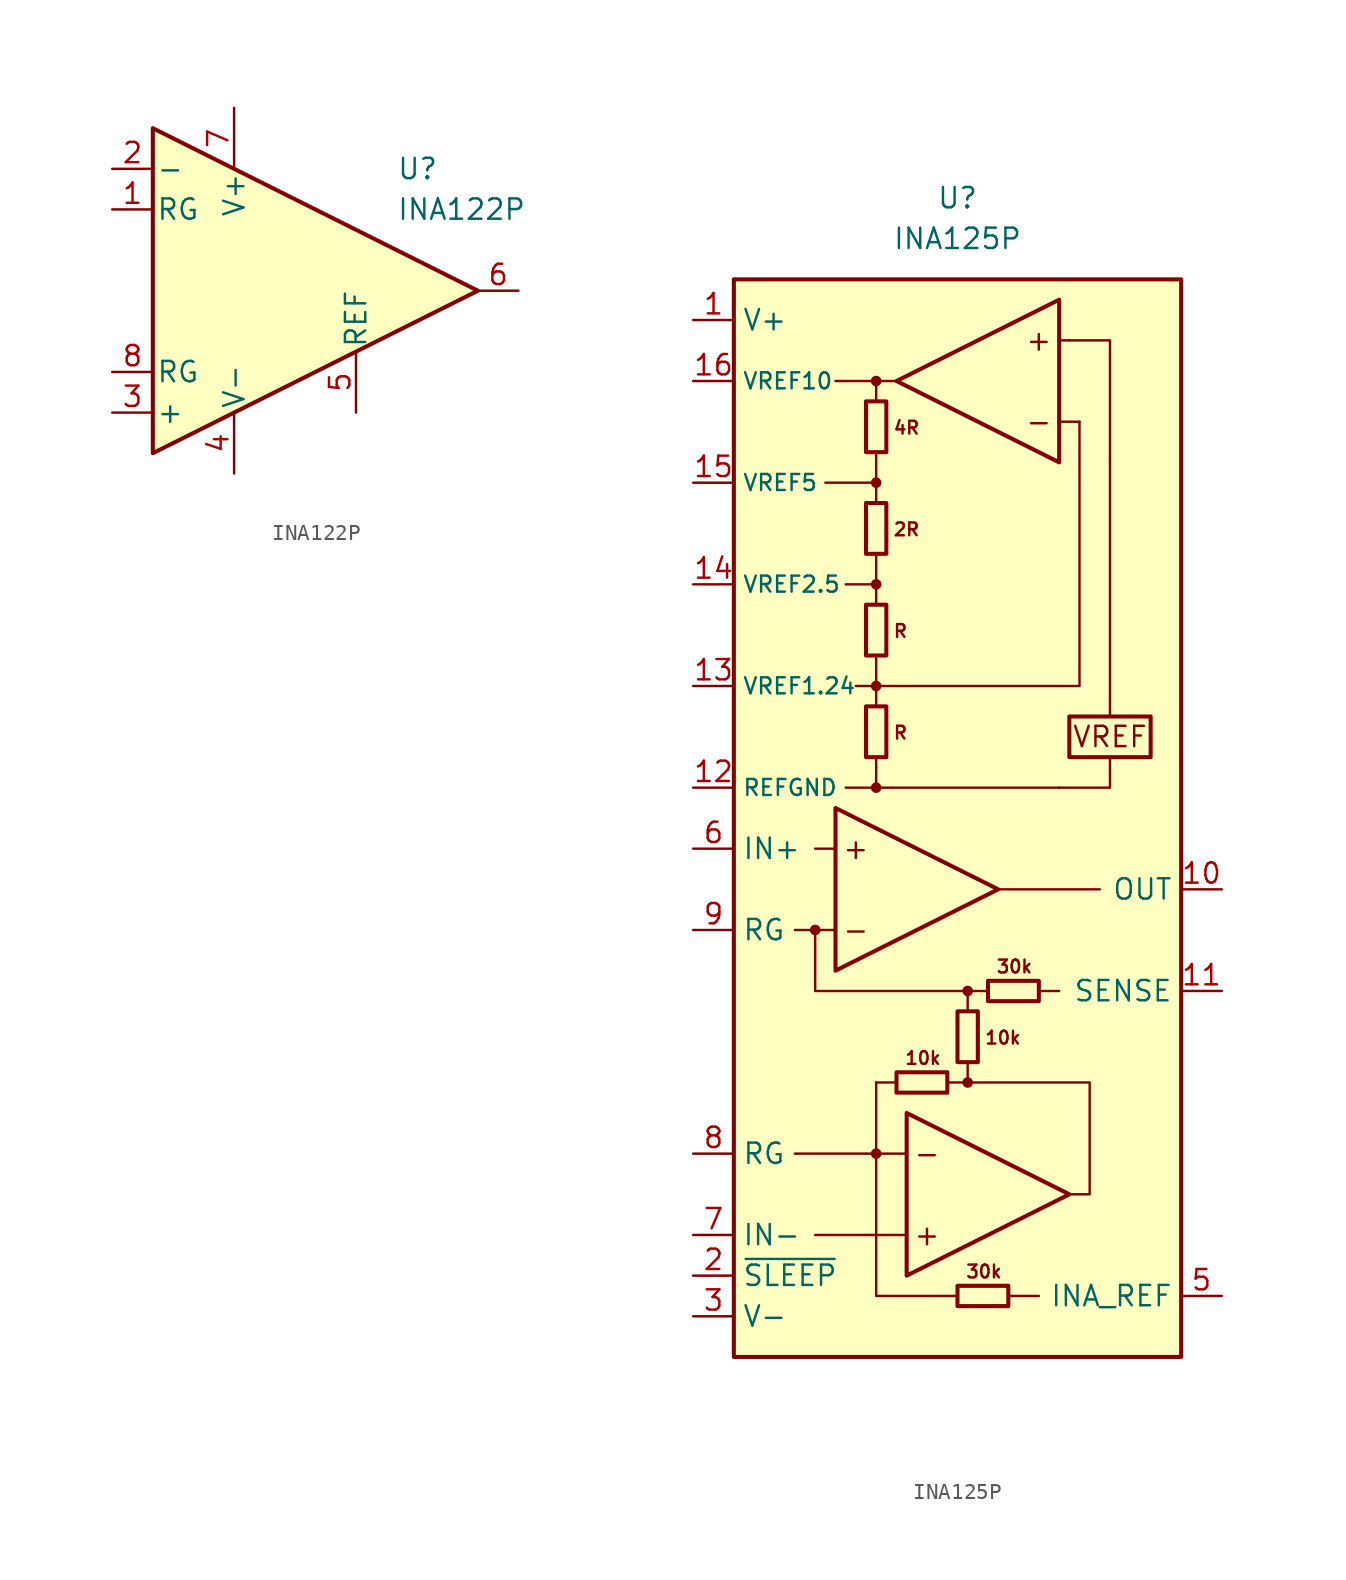
<source format=kicad_sym>
(kicad_symbol_lib
  (version 20211014)
  (generator kicad_symbol_editor)
  (symbol "INA122P"
    (pin_names
      (offset 0.2))
    (property "Reference" "U"
      (at 6.35 7.62 0)
      (effects (font (size 1.27 1.27)) (justify left)))
    (property "Value" "INA122P"
      (at 6.35 5.08 0)
      (effects (font (size 1.27 1.27)) (justify left)))
    (symbol "INA122P_0_1"
      (polyline (pts (xy -8.89 10.16) (xy -8.89 -10.16) (xy 11.43 0) (xy -8.89 10.16)) (stroke (width 0.254) (type default) (color 0 0 0 0)) (fill (type background))))
    (symbol "INA122P_1_1"
      (pin passive line (at -11.43 5.08 0) (length 2.54) (name "RG" (effects (font (size 1.27 1.27)))) (number "1" (effects (font (size 1.27 1.27)))))
      (pin input line (at -11.43 7.62 0) (length 2.54) (name "-" (effects (font (size 1.27 1.27)))) (number "2" (effects (font (size 1.27 1.27)))))
      (pin input line (at -11.43 -7.62 0) (length 2.54) (name "+" (effects (font (size 1.27 1.27)))) (number "3" (effects (font (size 1.27 1.27)))))
      (pin power_in line (at -3.81 -11.43 90) (length 3.81) (name "V-" (effects (font (size 1.27 1.27)))) (number "4" (effects (font (size 1.27 1.27)))))
      (pin input line (at 3.81 -7.62 90) (length 3.81) (name "REF" (effects (font (size 1.27 1.27)))) (number "5" (effects (font (size 1.27 1.27)))))
      (pin output line (at 13.97 0 180) (length 2.54) (name "~" (effects (font (size 1.27 1.27)))) (number "6" (effects (font (size 1.27 1.27)))))
      (pin power_in line (at -3.81 11.43 270) (length 3.81) (name "V+" (effects (font (size 1.27 1.27)))) (number "7" (effects (font (size 1.27 1.27)))))
      (pin passive line (at -11.43 -5.08 0) (length 2.54) (name "RG" (effects (font (size 1.27 1.27)))) (number "8" (effects (font (size 1.27 1.27)))))))
  (symbol "INA125P"
    (property "Reference" "U"
      (at 0 36.83 0)
      (effects (font (size 1.27 1.27))))
    (property "Value" "INA125P"
      (at 0 34.29 0)
      (effects (font (size 1.27 1.27))))
    (symbol "INA125P_0_0"
      (circle (center -8.89 -8.89) (radius 0.254) (stroke (width 0.152) (type default) (color 0 0 0 0)) (fill (type outline)))
      (circle (center -5.08 -22.86) (radius 0.254) (stroke (width 0.152) (type default) (color 0 0 0 0)) (fill (type outline)))
      (circle (center -5.08 0) (radius 0.254) (stroke (width 0.152) (type default) (color 0 0 0 0)) (fill (type outline)))
      (circle (center -5.08 6.35) (radius 0.254) (stroke (width 0.152) (type default) (color 0 0 0 0)) (fill (type outline)))
      (circle (center -5.08 12.7) (radius 0.254) (stroke (width 0.152) (type default) (color 0 0 0 0)) (fill (type outline)))
      (circle (center -5.08 19.05) (radius 0.254) (stroke (width 0.152) (type default) (color 0 0 0 0)) (fill (type outline)))
      (circle (center -5.08 25.4) (radius 0.254) (stroke (width 0.152) (type default) (color 0 0 0 0)) (fill (type outline)))
      (polyline (pts (xy -5.08 0) (xy 6.35 0)) (stroke (width 0.152) (type default) (color 0 0 0 0)) (fill (type none)))
      (polyline (pts (xy -5.08 1.27) (xy -5.08 0)) (stroke (width 0.152) (type default) (color 0 0 0 0)) (fill (type none)))
      (polyline (pts (xy -5.08 1.905) (xy -5.08 1.27)) (stroke (width 0.152) (type default) (color 0 0 0 0)) (fill (type none)))
      (polyline (pts (xy -5.08 6.35) (xy -5.08 5.08)) (stroke (width 0.152) (type default) (color 0 0 0 0)) (fill (type none)))
      (polyline (pts (xy -5.08 8.255) (xy -5.08 6.35)) (stroke (width 0.152) (type default) (color 0 0 0 0)) (fill (type none)))
      (polyline (pts (xy -5.08 12.7) (xy -5.08 11.43)) (stroke (width 0.152) (type default) (color 0 0 0 0)) (fill (type none)))
      (polyline (pts (xy -5.08 14.605) (xy -5.08 12.7)) (stroke (width 0.152) (type default) (color 0 0 0 0)) (fill (type none)))
      (polyline (pts (xy -5.08 19.05) (xy -5.08 17.78)) (stroke (width 0.152) (type default) (color 0 0 0 0)) (fill (type none)))
      (polyline (pts (xy -5.08 20.955) (xy -5.08 19.05)) (stroke (width 0.152) (type default) (color 0 0 0 0)) (fill (type none)))
      (polyline (pts (xy -3.81 -18.415) (xy -5.08 -18.415)) (stroke (width 0.152) (type default) (color 0 0 0 0)) (fill (type none)))
      (polyline (pts (xy -3.175 -27.94) (xy -5.715 -27.94)) (stroke (width 0.152) (type default) (color 0 0 0 0)) (fill (type none)))
      (polyline (pts (xy -3.175 -22.86) (xy -5.715 -22.86)) (stroke (width 0.152) (type default) (color 0 0 0 0)) (fill (type none)))
      (polyline (pts (xy 0 -31.75) (xy -1.27 -31.75)) (stroke (width 0.152) (type default) (color 0 0 0 0)) (fill (type none)))
      (polyline (pts (xy 1.905 -12.7) (xy 0.635 -12.7)) (stroke (width 0.152) (type default) (color 0 0 0 0)) (fill (type none)))
      (polyline (pts (xy 6.35 22.86) (xy 7.62 22.86)) (stroke (width 0.152) (type default) (color 0 0 0 0)) (fill (type none)))
      (polyline (pts (xy 6.35 27.94) (xy 6.985 27.94)) (stroke (width 0.152) (type default) (color 0 0 0 0)) (fill (type none)))
      (polyline (pts (xy 9.525 4.445) (xy 9.525 20.32)) (stroke (width 0.152) (type default) (color 0 0 0 0)) (fill (type none)))
      (polyline (pts (xy 9.525 1.905) (xy 9.525 0) (xy 6.35 0)) (stroke (width 0.152) (type default) (color 0 0 0 0)) (fill (type none)))
      (circle (center 0.635 -18.415) (radius 0.254) (stroke (width 0.152) (type default) (color 0 0 0 0)) (fill (type outline)))
      (circle (center 0.635 -12.7) (radius 0.254) (stroke (width 0.152) (type default) (color 0 0 0 0)) (fill (type outline)))
      (rectangle (start 6.985 4.445) (end 12.065 1.905) (stroke (width 0.254) (type default) (color 0 0 0 0)) (fill (type none)))
      (text "+" (at -6.35 -3.81 0) (effects (font (size 1.27 1.27))))
      (text "+" (at -1.905 -27.94 0) (effects (font (size 1.27 1.27))))
      (text "+" (at 5.08 27.94 0) (effects (font (size 1.27 1.27))))
      (text "-" (at -6.35 -8.89 0) (effects (font (size 1.27 1.27))))
      (text "-" (at -1.905 -22.86 0) (effects (font (size 1.27 1.27))))
      (text "-" (at 5.08 22.86 0) (effects (font (size 1.27 1.27))))
      (text "10k" (at -2.159 -16.891 0) (effects (font (size 0.8 0.8))))
      (text "10k" (at 1.651 -15.621 0) (effects (font (size 0.8 0.8)) (justify left)))
      (text "2R" (at -4.064 16.129 0) (effects (font (size 0.8 0.8)) (justify left)))
      (text "30k" (at 1.651 -30.226 0) (effects (font (size 0.8 0.8))))
      (text "30k" (at 3.556 -11.176 0) (effects (font (size 0.8 0.8))))
      (text "4R" (at -4.064 22.479 0) (effects (font (size 0.8 0.8)) (justify left)))
      (text "R" (at -4.064 3.429 0) (effects (font (size 0.8 0.8)) (justify left)))
      (text "R" (at -4.064 9.779 0) (effects (font (size 0.8 0.8)) (justify left)))
      (text "VREF" (at 9.525 3.175 0) (effects (font (size 1.27 1.27)))))
    (symbol "INA125P_0_1"
      (rectangle (start -13.97 31.75) (end 13.97 -35.56) (stroke (width 0.254) (type default) (color 0 0 0 0)) (fill (type background)))
      (rectangle (start -5.715 1.905) (end -4.445 5.08) (stroke (width 0.254) (type default) (color 0 0 0 0)) (fill (type none)))
      (rectangle (start -5.715 8.255) (end -4.445 11.43) (stroke (width 0.254) (type default) (color 0 0 0 0)) (fill (type none)))
      (rectangle (start -5.715 14.605) (end -4.445 17.78) (stroke (width 0.254) (type default) (color 0 0 0 0)) (fill (type none)))
      (rectangle (start -5.715 20.955) (end -4.445 24.13) (stroke (width 0.254) (type default) (color 0 0 0 0)) (fill (type none)))
      (rectangle (start -3.81 -17.78) (end -0.635 -19.05) (stroke (width 0.254) (type default) (color 0 0 0 0)) (fill (type none)))
      (rectangle (start 0 -31.115) (end 3.175 -32.385) (stroke (width 0.254) (type default) (color 0 0 0 0)) (fill (type none)))
      (rectangle (start 0 -17.145) (end 1.27 -13.97) (stroke (width 0.254) (type default) (color 0 0 0 0)) (fill (type none)))
      (polyline (pts (xy -8.89 -27.94) (xy -5.715 -27.94)) (stroke (width 0.152) (type default) (color 0 0 0 0)) (fill (type none)))
      (polyline (pts (xy -7.62 -8.89) (xy -10.16 -8.89)) (stroke (width 0.152) (type default) (color 0 0 0 0)) (fill (type none)))
      (polyline (pts (xy -7.62 -3.81) (xy -8.89 -3.81)) (stroke (width 0.152) (type default) (color 0 0 0 0)) (fill (type none)))
      (polyline (pts (xy -5.715 -22.86) (xy -10.16 -22.86)) (stroke (width 0.152) (type default) (color 0 0 0 0)) (fill (type none)))
      (polyline (pts (xy -5.08 -18.415) (xy -5.08 -22.86)) (stroke (width 0.152) (type default) (color 0 0 0 0)) (fill (type none)))
      (polyline (pts (xy -5.08 0) (xy -6.985 0)) (stroke (width 0.152) (type default) (color 0 0 0 0)) (fill (type none)))
      (polyline (pts (xy -5.08 6.35) (xy -6.35 6.35)) (stroke (width 0.152) (type default) (color 0 0 0 0)) (fill (type none)))
      (polyline (pts (xy -5.08 12.7) (xy -6.985 12.7)) (stroke (width 0.152) (type default) (color 0 0 0 0)) (fill (type none)))
      (polyline (pts (xy -5.08 19.05) (xy -8.255 19.05)) (stroke (width 0.152) (type default) (color 0 0 0 0)) (fill (type none)))
      (polyline (pts (xy -5.08 25.4) (xy -7.62 25.4)) (stroke (width 0.152) (type default) (color 0 0 0 0)) (fill (type none)))
      (polyline (pts (xy 0.635 -13.97) (xy 0.635 -12.7)) (stroke (width 0.152) (type default) (color 0 0 0 0)) (fill (type none)))
      (polyline (pts (xy 2.54 -6.35) (xy 8.89 -6.35)) (stroke (width 0.152) (type default) (color 0 0 0 0)) (fill (type none)))
      (polyline (pts (xy 3.175 -31.75) (xy 5.08 -31.75)) (stroke (width 0.152) (type default) (color 0 0 0 0)) (fill (type none)))
      (polyline (pts (xy 5.08 -12.7) (xy 6.35 -12.7)) (stroke (width 0.152) (type default) (color 0 0 0 0)) (fill (type none)))
      (polyline (pts (xy -8.89 -8.89) (xy -8.89 -12.7) (xy 0.635 -12.7)) (stroke (width 0.152) (type default) (color 0 0 0 0)) (fill (type none)))
      (polyline (pts (xy -5.08 -22.86) (xy -5.08 -31.75) (xy -1.27 -31.75)) (stroke (width 0.152) (type default) (color 0 0 0 0)) (fill (type none)))
      (polyline (pts (xy -5.08 24.13) (xy -5.08 25.4) (xy -3.81 25.4)) (stroke (width 0.152) (type default) (color 0 0 0 0)) (fill (type none)))
      (polyline (pts (xy 0.635 -17.145) (xy 0.635 -18.415) (xy -0.635 -18.415)) (stroke (width 0.152) (type default) (color 0 0 0 0)) (fill (type none)))
      (polyline (pts (xy 6.985 27.94) (xy 9.525 27.94) (xy 9.525 20.32)) (stroke (width 0.152) (type default) (color 0 0 0 0)) (fill (type none)))
      (polyline (pts (xy 7.62 22.86) (xy 7.62 6.35) (xy -5.08 6.35)) (stroke (width 0.152) (type default) (color 0 0 0 0)) (fill (type none)))
      (polyline (pts (xy -7.62 -1.27) (xy -7.62 -11.43) (xy 2.54 -6.35) (xy -7.62 -1.27)) (stroke (width 0.254) (type default) (color 0 0 0 0)) (fill (type none)))
      (polyline (pts (xy -3.175 -20.32) (xy -3.175 -30.48) (xy 6.985 -25.4) (xy -3.175 -20.32)) (stroke (width 0.254) (type default) (color 0 0 0 0)) (fill (type none)))
      (polyline (pts (xy 0.635 -18.415) (xy 8.255 -18.415) (xy 8.255 -25.4) (xy 6.985 -25.4)) (stroke (width 0.152) (type default) (color 0 0 0 0)) (fill (type none)))
      (polyline (pts (xy 6.35 20.32) (xy 6.35 30.48) (xy -3.81 25.4) (xy 6.35 20.32)) (stroke (width 0.254) (type default) (color 0 0 0 0)) (fill (type none)))
      (rectangle (start 1.905 -12.065) (end 5.08 -13.335) (stroke (width 0.254) (type default) (color 0 0 0 0)) (fill (type none))))
    (symbol "INA125P_1_1"
      (pin power_in line (at -16.51 29.21 0) (length 2.54) (name "V+" (effects (font (size 1.27 1.27)))) (number "1" (effects (font (size 1.27 1.27)))))
      (pin output line (at 16.51 -6.35 180) (length 2.54) (name "OUT" (effects (font (size 1.27 1.27)))) (number "10" (effects (font (size 1.27 1.27)))))
      (pin input line (at 16.51 -12.7 180) (length 2.54) (name "SENSE" (effects (font (size 1.27 1.27)))) (number "11" (effects (font (size 1.27 1.27)))))
      (pin power_in line (at -16.51 0 0) (length 2.54) (name "REFGND" (effects (font (size 1 1)))) (number "12" (effects (font (size 1.27 1.27)))))
      (pin passive line (at -16.51 6.35 0) (length 2.54) (name "VREF1.24" (effects (font (size 1 1)))) (number "13" (effects (font (size 1.27 1.27)))))
      (pin passive line (at -16.51 12.7 0) (length 2.54) (name "VREF2.5" (effects (font (size 1 1)))) (number "14" (effects (font (size 1.27 1.27)))))
      (pin passive line (at -16.51 19.05 0) (length 2.54) (name "VREF5" (effects (font (size 1 1)))) (number "15" (effects (font (size 1.27 1.27)))))
      (pin passive line (at -16.51 25.4 0) (length 2.54) (name "VREF10" (effects (font (size 1 1)))) (number "16" (effects (font (size 1.27 1.27)))))
      (pin input line (at -16.51 -30.48 0) (length 2.54) (name "~{SLEEP}" (effects (font (size 1.27 1.27)))) (number "2" (effects (font (size 1.27 1.27)))))
      (pin power_in line (at -16.51 -33.02 0) (length 2.54) (name "V-" (effects (font (size 1.27 1.27)))) (number "3" (effects (font (size 1.27 1.27)))))
      (pin input line (at 16.51 -31.75 180) (length 2.54) (name "INA_REF" (effects (font (size 1.27 1.27)))) (number "5" (effects (font (size 1.27 1.27)))))
      (pin input line (at -16.51 -3.81 0) (length 2.54) (name "IN+" (effects (font (size 1.27 1.27)))) (number "6" (effects (font (size 1.27 1.27)))))
      (pin input line (at -16.51 -27.94 0) (length 2.54) (name "IN-" (effects (font (size 1.27 1.27)))) (number "7" (effects (font (size 1.27 1.27)))))
      (pin passive line (at -16.51 -22.86 0) (length 2.54) (name "RG" (effects (font (size 1.27 1.27)))) (number "8" (effects (font (size 1.27 1.27)))))
      (pin passive line (at -16.51 -8.89 0) (length 2.54) (name "RG" (effects (font (size 1.27 1.27)))) (number "9" (effects (font (size 1.27 1.27))))))))
</source>
